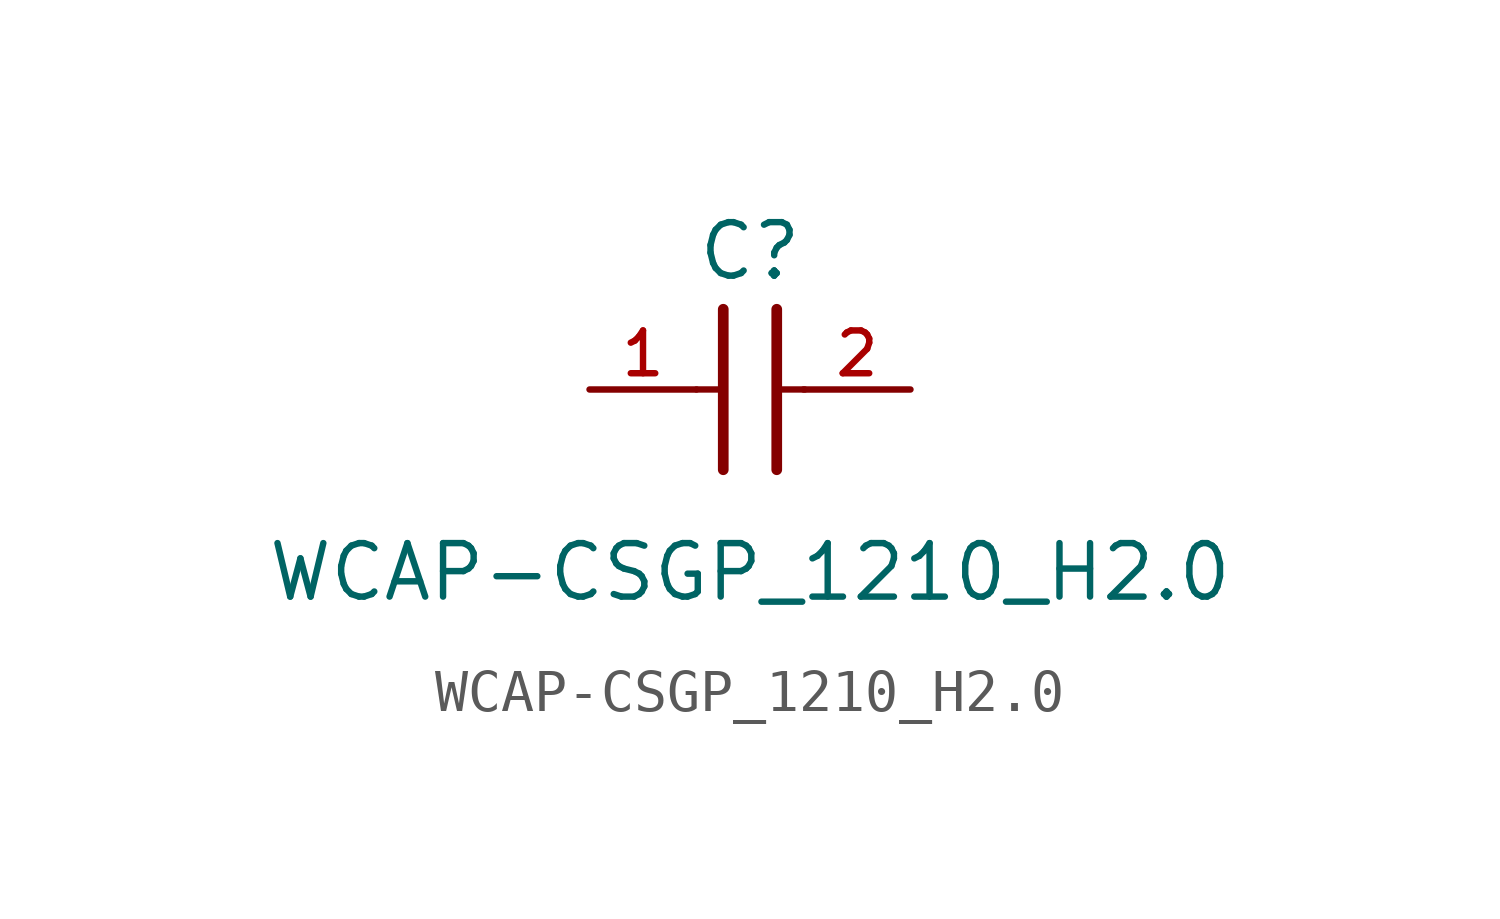
<source format=kicad_sym>
(kicad_symbol_lib
  (version 20231120)
  (generator "kicad_symbol_editor")
  (generator_version "8.0")
  (symbol "WCAP-CSGP_1210_H2.0"
    (pin_names
      (offset 1.016))
    (property "Reference" "C"
      (at 1.27 2.54 0)
      (effects (font (size 1.27 1.27)) (justify bottom)))
    (property "Value" "WCAP-CSGP_1210_H2.0"
      (at 1.27 -5.08 0)
      (effects (font (size 1.27 1.27)) (justify bottom)))
    (symbol "WCAP-CSGP_1210_H2.0_0_0"
      (polyline (pts (xy 0 0) (xy 0.643 0)) (stroke (width 0.152) (type default)) (fill (type none)))
      (polyline (pts (xy 0.635 -1.905) (xy 0.635 1.905)) (stroke (width 0.254) (type default)) (fill (type none)))
      (polyline (pts (xy 1.905 1.905) (xy 1.905 -1.905)) (stroke (width 0.254) (type default)) (fill (type none)))
      (polyline (pts (xy 1.928 0) (xy 2.571 0)) (stroke (width 0.152) (type default)) (fill (type none)))
      (pin passive line (at -2.54 0 0) (length 2.54) (name "~" (effects (font (size 1.016 1.016)))) (number "1" (effects (font (size 1.016 1.016)))))
      (pin passive line (at 5.08 0 180) (length 2.54) (name "~" (effects (font (size 1.016 1.016)))) (number "2" (effects (font (size 1.016 1.016))))))))
</source>
